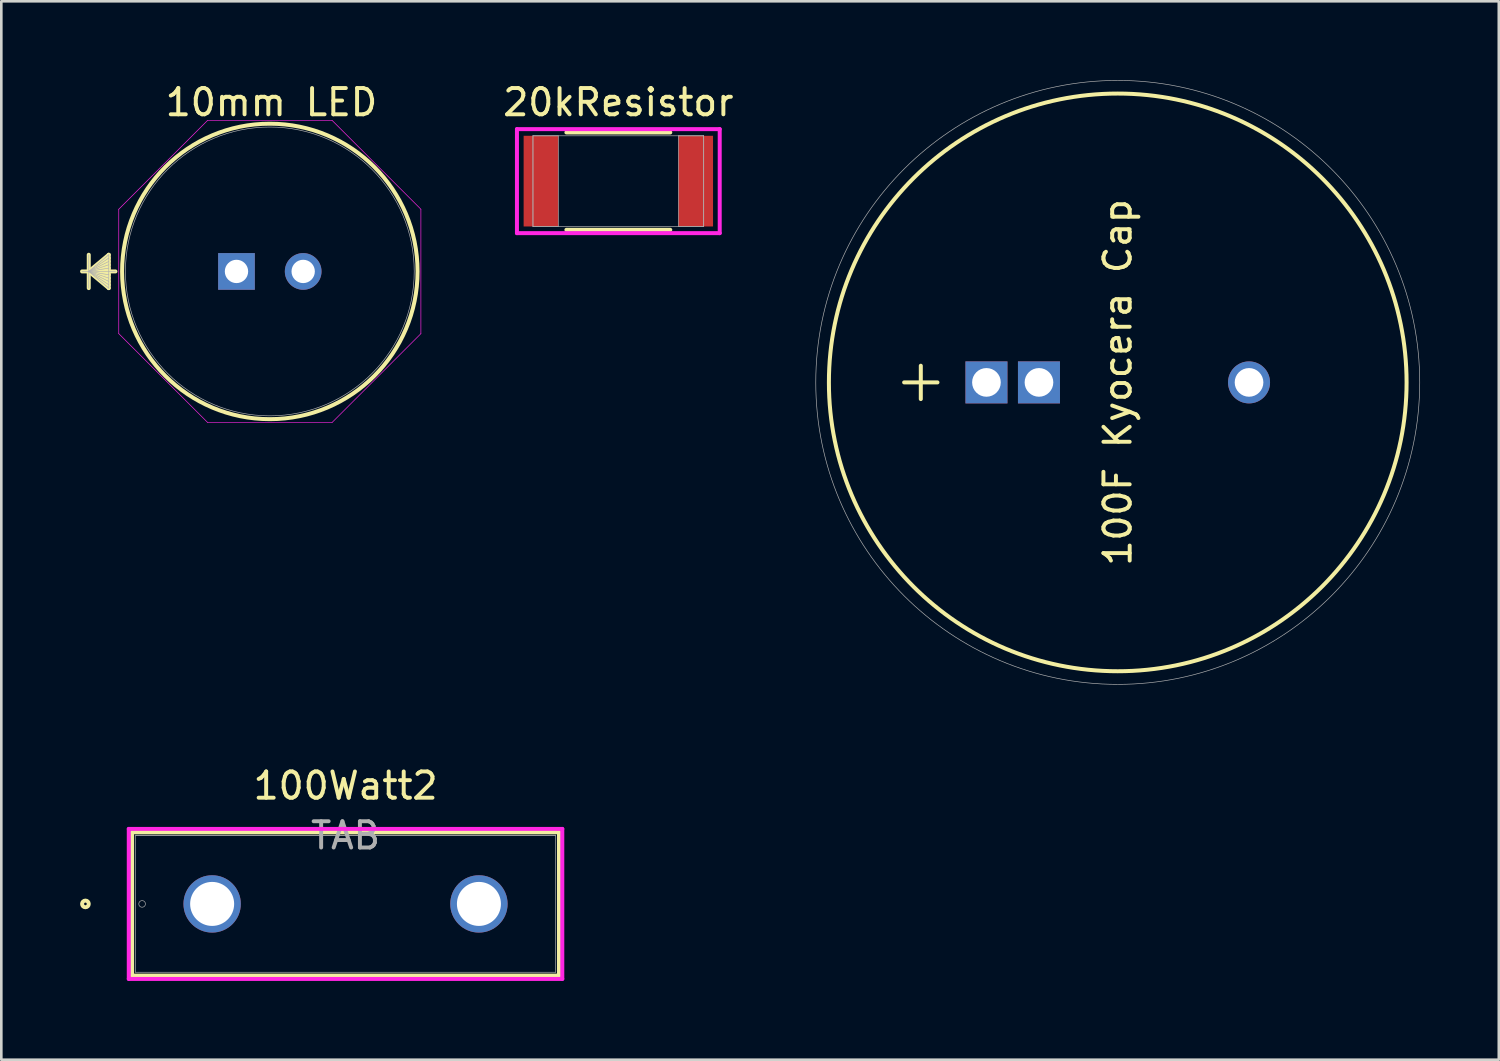
<source format=kicad_pcb>
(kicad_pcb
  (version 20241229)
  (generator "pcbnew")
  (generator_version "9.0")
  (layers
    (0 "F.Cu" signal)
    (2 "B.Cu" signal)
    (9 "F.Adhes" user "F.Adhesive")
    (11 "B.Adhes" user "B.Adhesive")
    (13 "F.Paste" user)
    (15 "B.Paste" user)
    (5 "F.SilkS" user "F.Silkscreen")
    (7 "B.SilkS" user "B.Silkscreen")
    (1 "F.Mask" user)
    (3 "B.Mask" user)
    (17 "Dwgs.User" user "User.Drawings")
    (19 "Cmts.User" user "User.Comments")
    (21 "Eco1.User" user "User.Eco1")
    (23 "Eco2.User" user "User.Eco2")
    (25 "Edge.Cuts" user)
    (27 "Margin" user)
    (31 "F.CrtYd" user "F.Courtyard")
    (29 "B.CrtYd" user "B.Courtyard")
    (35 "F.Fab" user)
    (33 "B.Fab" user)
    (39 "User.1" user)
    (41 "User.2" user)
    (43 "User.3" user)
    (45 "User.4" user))
  (footprint "100Watt2"
    (layer "F.Cu")
    (at 10.11 31.374)
    (property "Reference" "100Watt2" (at 0 -4.5 0) (unlocked yes) (layer "F.SilkS") (effects (font (size 1 1) (thickness 0.15))))
    (attr through_hole)
    (fp_line (start -8.129 -2.731) (end -8.129 2.731) (stroke (width 0.152) (type solid)) (layer "F.SilkS"))
    (fp_line (start -8.129 2.731) (end 8.127 2.731) (stroke (width 0.152) (type solid)) (layer "F.SilkS"))
    (fp_line (start -8.002 -2.731) (end 8 -2.731) (stroke (width 0.152) (type solid)) (layer "F.SilkS"))
    (fp_line (start 8.127 -2.731) (end -8.129 -2.731) (stroke (width 0.152) (type solid)) (layer "F.SilkS"))
    (fp_line (start 8.127 2.731) (end 8.127 -2.731) (stroke (width 0.152) (type solid)) (layer "F.SilkS"))
    (fp_circle (center -9.907 0) (end -9.78 0) (stroke (width 0.152) (type solid)) (fill no) (layer "F.SilkS"))
    (fp_line (start -8.256 -2.857) (end -8.256 2.857) (stroke (width 0.152) (type solid)) (layer "F.CrtYd"))
    (fp_line (start -8.256 2.857) (end 8.254 2.857) (stroke (width 0.152) (type solid)) (layer "F.CrtYd"))
    (fp_line (start 8.254 -2.857) (end -8.256 -2.857) (stroke (width 0.152) (type solid)) (layer "F.CrtYd"))
    (fp_line (start 8.254 2.857) (end 8.254 -2.857) (stroke (width 0.152) (type solid)) (layer "F.CrtYd"))
    (fp_line (start -8.002 -2.603) (end -8.002 2.603) (stroke (width 0.025) (type solid)) (layer "F.Fab"))
    (fp_line (start -8.002 -2.603) (end 8 -2.603) (stroke (width 0.025) (type solid)) (layer "F.Fab"))
    (fp_line (start -8.002 2.603) (end 8 2.603) (stroke (width 0.025) (type solid)) (layer "F.Fab"))
    (fp_line (start 8 -2.603) (end -8.002 -2.603) (stroke (width 0.025) (type solid)) (layer "F.Fab"))
    (fp_line (start 8 2.603) (end 8 -2.603) (stroke (width 0.025) (type solid)) (layer "F.Fab"))
    (fp_circle (center -7.748 0) (end -7.621 0) (stroke (width 0.025) (type solid)) (fill no) (layer "F.Fab"))
    (fp_text user "TAB" (at -0.001 -2.603 0) (unlocked yes) (layer "F.Fab") (effects (font (size 1 1) (thickness 0.15))))
    (pad "1" thru_hole circle (at -5.081 0) (size 2.184 2.184) (drill 1.676) (layers "*.Cu" "*.Mask"))
    (pad "3" thru_hole circle (at 5.079 0) (size 2.184 2.184) (drill 1.676) (layers "*.Cu" "*.Mask")))
  (footprint "100F Kyocera Cap"
    (layer "F.Cu")
    (at 39.517 11.513)
    (property "Reference" "100F Kyocera Cap" (at 0 0 90) (unlocked yes) (layer "F.SilkS") (effects (font (size 1 1) (thickness 0.15))))
    (attr through_hole)
    (fp_line (start -8.135 0) (end -6.865 0) (stroke (width 0.152) (type solid)) (layer "F.SilkS"))
    (fp_line (start -7.5 -0.635) (end -7.5 0.635) (stroke (width 0.152) (type solid)) (layer "F.SilkS"))
    (fp_circle (center 0 0) (end 11 0) (stroke (width 0.152) (type solid)) (fill no) (layer "F.SilkS"))
    (fp_circle (center 0 0) (end 11.5 0) (stroke (width 0.025) (type solid)) (fill no) (layer "F.Fab"))
    (pad "1" thru_hole rect (at -5 0) (size 1.6 1.6) (drill 1.092) (layers "*.Cu" "*.Mask"))
    (pad "1" thru_hole rect (at -3 0) (size 1.6 1.6) (drill 1.092) (layers "*.Cu" "*.Mask"))
    (pad "2" thru_hole circle (at 5 0) (size 1.6 1.6) (drill 1.092) (layers "*.Cu" "*.Mask")))
  (footprint "10mm LED"
    (layer "F.Cu")
    (at 7.287 7.348)
    (property "Reference" "10mm LED" (at 0 -6.5 0) (unlocked yes) (layer "F.SilkS") (effects (font (size 1 1) (thickness 0.15))))
    (attr through_hole)
    (fp_line (start -6.957 -0.696) (end -6.957 0.574) (stroke (width 0.152) (type solid)) (layer "F.SilkS"))
    (fp_line (start -6.957 -0.061) (end -6.195 -0.696) (stroke (width 0.152) (type solid)) (layer "F.SilkS"))
    (fp_line (start -6.957 -0.061) (end -6.195 -0.569) (stroke (width 0.152) (type solid)) (layer "F.SilkS"))
    (fp_line (start -6.957 -0.061) (end -6.195 -0.442) (stroke (width 0.152) (type solid)) (layer "F.SilkS"))
    (fp_line (start -6.957 -0.061) (end -6.195 -0.315) (stroke (width 0.152) (type solid)) (layer "F.SilkS"))
    (fp_line (start -6.957 -0.061) (end -6.195 -0.188) (stroke (width 0.152) (type solid)) (layer "F.SilkS"))
    (fp_line (start -6.957 -0.061) (end -6.195 0.066) (stroke (width 0.152) (type solid)) (layer "F.SilkS"))
    (fp_line (start -6.957 -0.061) (end -6.195 0.193) (stroke (width 0.152) (type solid)) (layer "F.SilkS"))
    (fp_line (start -6.957 -0.061) (end -6.195 0.32) (stroke (width 0.152) (type solid)) (layer "F.SilkS"))
    (fp_line (start -6.957 -0.061) (end -6.195 0.447) (stroke (width 0.152) (type solid)) (layer "F.SilkS"))
    (fp_line (start -6.957 -0.061) (end -6.195 0.574) (stroke (width 0.152) (type solid)) (layer "F.SilkS"))
    (fp_line (start -6.195 -0.696) (end -6.195 0.574) (stroke (width 0.152) (type solid)) (layer "F.SilkS"))
    (fp_line (start -5.941 -0.061) (end -7.211 -0.061) (stroke (width 0.152) (type solid)) (layer "F.SilkS"))
    (fp_circle (center -0.061 -0.061) (end 5.565 -0.061) (stroke (width 0.152) (type solid)) (fill no) (layer "F.SilkS"))
    (fp_line (start -5.814 -2.43) (end -2.43 -5.814) (stroke (width 0.025) (type solid)) (layer "F.CrtYd"))
    (fp_line (start -5.814 2.308) (end -5.814 -2.43) (stroke (width 0.025) (type solid)) (layer "F.CrtYd"))
    (fp_line (start -2.43 -5.814) (end 2.308 -5.814) (stroke (width 0.025) (type solid)) (layer "F.CrtYd"))
    (fp_line (start -2.43 5.692) (end -5.814 2.308) (stroke (width 0.025) (type solid)) (layer "F.CrtYd"))
    (fp_line (start 2.308 -5.814) (end 5.692 -2.43) (stroke (width 0.025) (type solid)) (layer "F.CrtYd"))
    (fp_line (start 2.308 5.692) (end -2.43 5.692) (stroke (width 0.025) (type solid)) (layer "F.CrtYd"))
    (fp_line (start 5.692 -2.43) (end 5.692 2.308) (stroke (width 0.025) (type solid)) (layer "F.CrtYd"))
    (fp_line (start 5.692 2.308) (end 2.308 5.692) (stroke (width 0.025) (type solid)) (layer "F.CrtYd"))
    (fp_line (start -6.957 -0.696) (end -6.957 0.574) (stroke (width 0.025) (type solid)) (layer "F.Fab"))
    (fp_line (start -6.957 -0.061) (end -6.195 -0.696) (stroke (width 0.025) (type solid)) (layer "F.Fab"))
    (fp_line (start -6.957 -0.061) (end -6.195 -0.569) (stroke (width 0.025) (type solid)) (layer "F.Fab"))
    (fp_line (start -6.957 -0.061) (end -6.195 -0.442) (stroke (width 0.025) (type solid)) (layer "F.Fab"))
    (fp_line (start -6.957 -0.061) (end -6.195 -0.315) (stroke (width 0.025) (type solid)) (layer "F.Fab"))
    (fp_line (start -6.957 -0.061) (end -6.195 -0.188) (stroke (width 0.025) (type solid)) (layer "F.Fab"))
    (fp_line (start -6.957 -0.061) (end -6.195 0.066) (stroke (width 0.025) (type solid)) (layer "F.Fab"))
    (fp_line (start -6.957 -0.061) (end -6.195 0.193) (stroke (width 0.025) (type solid)) (layer "F.Fab"))
    (fp_line (start -6.957 -0.061) (end -6.195 0.32) (stroke (width 0.025) (type solid)) (layer "F.Fab"))
    (fp_line (start -6.957 -0.061) (end -6.195 0.447) (stroke (width 0.025) (type solid)) (layer "F.Fab"))
    (fp_line (start -6.957 -0.061) (end -6.195 0.574) (stroke (width 0.025) (type solid)) (layer "F.Fab"))
    (fp_line (start -6.195 -0.696) (end -6.195 0.574) (stroke (width 0.025) (type solid)) (layer "F.Fab"))
    (fp_line (start -5.941 -0.061) (end -7.211 -0.061) (stroke (width 0.025) (type solid)) (layer "F.Fab"))
    (fp_circle (center -0.061 -0.061) (end 5.438 -0.061) (stroke (width 0.025) (type solid)) (fill no) (layer "F.Fab"))
    (pad "1" thru_hole rect (at -1.331 -0.061) (size 1.397 1.397) (drill 0.889) (layers "*.Cu" "*.Mask"))
    (pad "2" thru_hole circle (at 1.209 -0.061) (size 1.397 1.397) (drill 0.889) (layers "*.Cu" "*.Mask")))
  (footprint "20kResistor"
    (layer "F.Cu")
    (at 20.498 3.848)
    (property "Reference" "20kResistor" (at 0 -3 0) (unlocked yes) (layer "F.SilkS") (effects (font (size 1 1) (thickness 0.15))))
    (attr smd)
    (fp_line (start -1.978 1.854) (end 1.978 1.854) (stroke (width 0.152) (type solid)) (layer "F.SilkS"))
    (fp_line (start 1.978 -1.854) (end -1.978 -1.854) (stroke (width 0.152) (type solid)) (layer "F.SilkS"))
    (fp_line (start -3.861 -1.981) (end 3.861 -1.981) (stroke (width 0.152) (type solid)) (layer "F.CrtYd"))
    (fp_line (start -3.861 1.981) (end -3.861 -1.981) (stroke (width 0.152) (type solid)) (layer "F.CrtYd"))
    (fp_line (start 3.861 -1.981) (end 3.861 1.981) (stroke (width 0.152) (type solid)) (layer "F.CrtYd"))
    (fp_line (start 3.861 1.981) (end -3.861 1.981) (stroke (width 0.152) (type solid)) (layer "F.CrtYd"))
    (fp_line (start -3.251 -1.727) (end -3.251 1.727) (stroke (width 0.025) (type solid)) (layer "F.Fab"))
    (fp_line (start -3.251 -1.727) (end -3.251 1.727) (stroke (width 0.025) (type solid)) (layer "F.Fab"))
    (fp_line (start -3.251 1.727) (end -2.286 1.727) (stroke (width 0.025) (type solid)) (layer "F.Fab"))
    (fp_line (start -3.251 1.727) (end 3.251 1.727) (stroke (width 0.025) (type solid)) (layer "F.Fab"))
    (fp_line (start -2.286 -1.727) (end -3.251 -1.727) (stroke (width 0.025) (type solid)) (layer "F.Fab"))
    (fp_line (start -2.286 1.727) (end -2.286 -1.727) (stroke (width 0.025) (type solid)) (layer "F.Fab"))
    (fp_line (start 2.286 -1.727) (end 2.286 1.727) (stroke (width 0.025) (type solid)) (layer "F.Fab"))
    (fp_line (start 2.286 1.727) (end 3.251 1.727) (stroke (width 0.025) (type solid)) (layer "F.Fab"))
    (fp_line (start 3.251 -1.727) (end -3.251 -1.727) (stroke (width 0.025) (type solid)) (layer "F.Fab"))
    (fp_line (start 3.251 -1.727) (end 2.286 -1.727) (stroke (width 0.025) (type solid)) (layer "F.Fab"))
    (fp_line (start 3.251 1.727) (end 3.251 -1.727) (stroke (width 0.025) (type solid)) (layer "F.Fab"))
    (fp_line (start 3.251 1.727) (end 3.251 -1.727) (stroke (width 0.025) (type solid)) (layer "F.Fab"))
    (pad "1" smd rect (at -2.946 0) (size 1.321 3.454) (layers "F.Cu" "F.Mask" "F.Paste"))
    (pad "2" smd rect (at 2.946 0) (size 1.321 3.454) (layers "F.Cu" "F.Mask" "F.Paste"))
    (zone (net_name "") (layer "F.Cu") (hatch full 0.508) (connect_pads) (min_thickness 0.254) (filled_areas_thickness no) (keepout (tracks not_allowed) (vias not_allowed) (pads allowed) (copperpour not_allowed) (footprints allowed)) (placement (enabled no)) (fill) (polygon (pts (xy 18.263 2.172) (xy 22.733 2.172) (xy 22.733 5.525) (xy 18.263 5.525)))))
  (gr_rect
    (start -3 -3)
    (end 54.029 37.307)
    (stroke (width 0.1) (type default))
    (fill no)
    (layer "Edge.Cuts")))
</source>
